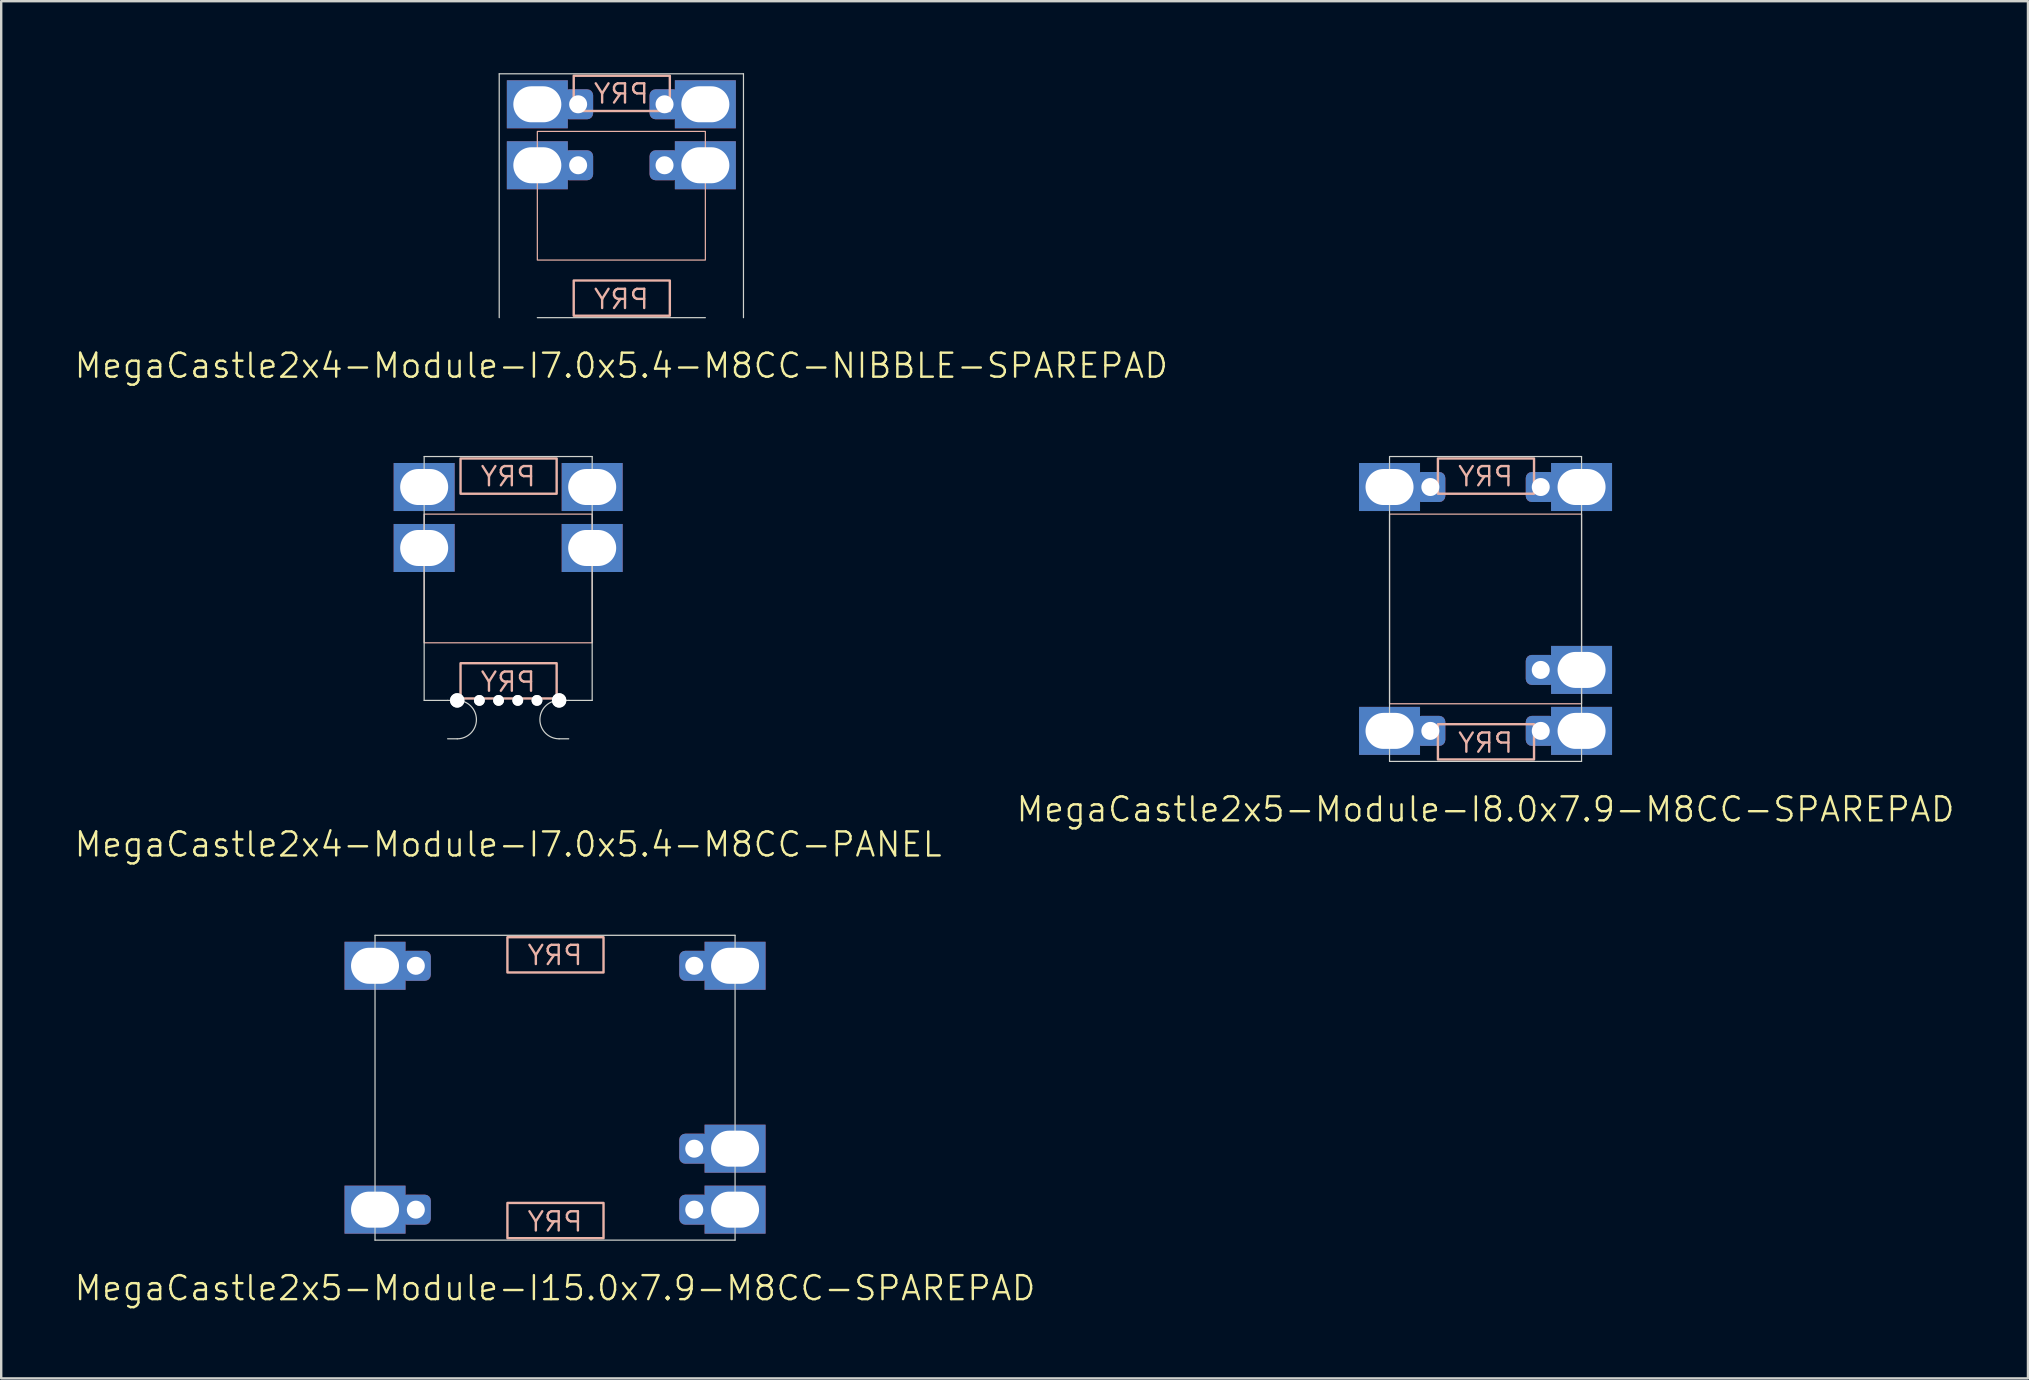
<source format=kicad_pcb>
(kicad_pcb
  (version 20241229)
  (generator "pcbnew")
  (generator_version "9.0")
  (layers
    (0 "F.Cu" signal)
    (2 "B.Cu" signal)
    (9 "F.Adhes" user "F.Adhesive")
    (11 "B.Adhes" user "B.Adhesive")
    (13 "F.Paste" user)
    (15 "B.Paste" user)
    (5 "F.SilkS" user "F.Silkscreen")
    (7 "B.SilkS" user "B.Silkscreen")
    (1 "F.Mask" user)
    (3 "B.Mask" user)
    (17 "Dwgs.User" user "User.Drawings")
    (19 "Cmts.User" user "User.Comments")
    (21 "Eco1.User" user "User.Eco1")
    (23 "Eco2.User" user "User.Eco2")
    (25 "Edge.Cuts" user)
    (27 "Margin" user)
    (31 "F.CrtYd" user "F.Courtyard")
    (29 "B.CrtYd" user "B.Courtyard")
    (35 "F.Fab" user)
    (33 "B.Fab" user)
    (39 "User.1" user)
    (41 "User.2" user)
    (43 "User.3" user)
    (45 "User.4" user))
  (footprint "MegaCastle2x4-Module-I7.0x5.4-M8CC-PANEL"
    (layer "F.Cu")
    (at 18.121 21.05)
    (property "Reference" "MegaCastle2x4-Module-I7.0x5.4-M8CC-PANEL" (at 0 11.08 0) (unlocked yes) (layer "F.SilkS") (effects (font (size 1 1) (thickness 0.1))))
    (attr smd)
    (fp_rect (start -3.5 2.68) (end 3.5 -2.68) (stroke (width 0.05) (type default)) (fill no) (layer "B.SilkS"))
    (fp_rect (start -1.984 -3.531) (end 2.02 -5) (stroke (width 0.1) (type default)) (fill no) (layer "B.SilkS"))
    (fp_rect (start -1.984 3.531) (end 2.02 5) (stroke (width 0.1) (type default)) (fill no) (layer "B.SilkS"))
    (fp_line (start -3.5 -5.08) (end -3.5 5.08) (stroke (width 0.05) (type default)) (layer "Edge.Cuts"))
    (fp_line (start -3.5 -5.08) (end 3.5 -5.08) (stroke (width 0.05) (type default)) (layer "Edge.Cuts"))
    (fp_line (start -3.5 5.08) (end -2.522 5.08) (stroke (width 0.05) (type default)) (layer "Edge.Cuts"))
    (fp_line (start -2.522 5.08) (end -2.123 5.08) (stroke (width 0.05) (type default)) (layer "Edge.Cuts"))
    (fp_line (start -2.522 6.68) (end -2.123 6.68) (stroke (width 0.05) (type default)) (layer "Edge.Cuts"))
    (fp_line (start 2.522 5.08) (end 2.123 5.08) (stroke (width 0.05) (type default)) (layer "Edge.Cuts"))
    (fp_line (start 2.522 5.08) (end 3.5 5.08) (stroke (width 0.05) (type default)) (layer "Edge.Cuts"))
    (fp_line (start 2.522 6.68) (end 2.123 6.68) (stroke (width 0.05) (type default)) (layer "Edge.Cuts"))
    (fp_line (start 3.5 -5.08) (end 3.5 5.08) (stroke (width 0.05) (type default)) (layer "Edge.Cuts"))
    (fp_arc (start -2.1225 5.08) (mid -1.3225 5.88) (end -2.1225 6.68) (stroke (width 0.05) (type default)) (layer "Edge.Cuts"))
    (fp_arc (start 2.1225 6.68) (mid 1.3225 5.88) (end 2.1225 5.08) (stroke (width 0.05) (type default)) (layer "Edge.Cuts"))
    (fp_text user "PRY" (at 0 -3.78 0) (unlocked yes) (layer "B.SilkS") (effects (font (size 0.8 0.8) (thickness 0.1)) (justify bottom mirror)))
    (fp_text user "PRY" (at 0 4.78 0) (unlocked yes) (layer "B.SilkS") (effects (font (size 0.8 0.8) (thickness 0.1)) (justify bottom mirror)))
    (pad "" np_thru_hole circle (at -2.123 5.08) (size 0.6 0.6) (drill 0.6) (layers "*.Cu" "Edge.Cuts"))
    (pad "" np_thru_hole circle (at -1.2 5.08) (size 0.45 0.45) (drill 0.45) (layers "*.Cu" "Edge.Cuts"))
    (pad "" np_thru_hole circle (at -0.4 5.08) (size 0.45 0.45) (drill 0.45) (layers "*.Cu" "Edge.Cuts"))
    (pad "" np_thru_hole circle (at 0.4 5.08) (size 0.45 0.45) (drill 0.45) (layers "*.Cu" "Edge.Cuts"))
    (pad "" np_thru_hole circle (at 1.2 5.08) (size 0.45 0.45) (drill 0.45) (layers "*.Cu" "Edge.Cuts"))
    (pad "" np_thru_hole circle (at 2.123 5.08) (size 0.6 0.6) (drill 0.6) (layers "*.Cu" "Edge.Cuts"))
    (pad "1" thru_hole rect (at -3.5 -3.81) (size 2.54 2) (drill oval 2 1.5) (property pad_prop_castellated) (layers "*.Cu" "*.Mask"))
    (pad "2" thru_hole rect (at -3.5 -1.27) (size 2.54 2) (drill oval 2 1.5) (property pad_prop_castellated) (layers "*.Cu" "*.Mask"))
    (pad "5" thru_hole rect (at 3.5 -3.81) (size 2.54 2) (drill oval 2 1.5) (property pad_prop_castellated) (layers "*.Cu" "*.Mask"))
    (pad "6" thru_hole rect (at 3.5 -1.27) (size 2.54 2) (drill oval 2 1.5) (property pad_prop_castellated) (layers "*.Cu" "*.Mask"))
    (zone (net_name "") (layer "B.Cu") (hatch edge 0.5) (connect_pads) (min_thickness 0.25) (filled_areas_thickness no) (keepout (tracks allowed) (vias allowed) (pads allowed) (copperpour allowed) (footprints not_allowed)) (placement (enabled no)) (fill) (polygon (pts (xy 14.621 26.131) (xy 14.621 15.97))))
    (zone (net_name "") (layer "B.Cu") (hatch edge 0.5) (connect_pads) (min_thickness 0.25) (filled_areas_thickness no) (keepout (tracks allowed) (vias allowed) (pads allowed) (copperpour allowed) (footprints not_allowed)) (placement (enabled no)) (fill) (polygon (pts (xy 21.621 26.131) (xy 21.621 15.97))))
    (zone (net_name "") (layer "B.Cu") (hatch edge 0.5) (connect_pads) (min_thickness 0.25) (filled_areas_thickness no) (keepout (tracks allowed) (vias allowed) (pads allowed) (copperpour allowed) (footprints not_allowed)) (placement (enabled no)) (fill) (polygon (pts (xy 14.621 15.97) (xy 14.621 18.37) (xy 21.621 18.37) (xy 21.621 15.97))))
    (zone (net_name "") (layer "B.Cu") (hatch edge 0.5) (connect_pads) (min_thickness 0.25) (filled_areas_thickness no) (keepout (tracks allowed) (vias allowed) (pads allowed) (copperpour allowed) (footprints not_allowed)) (placement (enabled no)) (fill) (polygon (pts (xy 14.621 26.131) (xy 14.621 23.73) (xy 21.621 23.73) (xy 21.621 26.131))))
    (zone (net_name "") (layer "B.Cu") (name "Upper Pry Zone") (hatch edge 0.5) (connect_pads) (min_thickness 0.25) (filled_areas_thickness no) (keepout (tracks not_allowed) (vias not_allowed) (pads not_allowed) (copperpour allowed) (footprints not_allowed)) (placement (enabled no)) (fill) (polygon (pts (xy 16.137 17.519) (xy 16.137 16.05) (xy 20.141 16.05) (xy 20.141 17.519))))
    (zone (net_name "") (layer "B.Cu") (name "Upper Pry Zone") (hatch edge 0.5) (connect_pads) (min_thickness 0.25) (filled_areas_thickness no) (keepout (tracks not_allowed) (vias not_allowed) (pads not_allowed) (copperpour allowed) (footprints not_allowed)) (placement (enabled no)) (fill) (polygon (pts (xy 16.137 24.582) (xy 16.137 26.05) (xy 20.141 26.05) (xy 20.141 24.582)))))
  (footprint "MegaCastle2x4-Module-I7.0x5.4-M8CC-NIBBLE-SPAREPAD"
    (layer "F.Cu")
    (at 22.836 5.105)
    (property "Reference" "MegaCastle2x4-Module-I7.0x5.4-M8CC-NIBBLE-SPAREPAD" (at 0 7.08 0) (unlocked yes) (layer "F.SilkS") (effects (font (size 1 1) (thickness 0.1))))
    (attr smd)
    (fp_rect (start -3.5 2.68) (end 3.5 -2.68) (stroke (width 0.05) (type default)) (fill no) (layer "B.SilkS"))
    (fp_rect (start -1.984 -3.531) (end 2.02 -5) (stroke (width 0.1) (type default)) (fill no) (layer "B.SilkS"))
    (fp_rect (start -1.984 3.531) (end 2.02 5) (stroke (width 0.1) (type default)) (fill no) (layer "B.SilkS"))
    (fp_line (start -5.088 -5.08) (end -5.088 5.08) (stroke (width 0.05) (type default)) (layer "Edge.Cuts"))
    (fp_line (start -5.088 -5.08) (end 5.088 -5.08) (stroke (width 0.05) (type default)) (layer "Edge.Cuts"))
    (fp_line (start -3.5 5.08) (end 3.5 5.08) (stroke (width 0.05) (type default)) (layer "Edge.Cuts"))
    (fp_line (start 5.088 -5.08) (end 5.088 5.08) (stroke (width 0.05) (type default)) (layer "Edge.Cuts"))
    (fp_text user "PRY" (at 0 -3.78 0) (unlocked yes) (layer "B.SilkS") (effects (font (size 0.8 0.8) (thickness 0.1)) (justify bottom mirror)))
    (fp_text user "PRY" (at 0 4.78 0) (unlocked yes) (layer "B.SilkS") (effects (font (size 0.8 0.8) (thickness 0.1)) (justify bottom mirror)))
    (pad "1" thru_hole rect (at -3.5 -3.81) (size 2.54 2) (drill oval 2 1.5) (property pad_prop_castellated) (layers "*.Cu" "*.Mask"))
    (pad "1" thru_hole roundrect (at -1.8 -3.81 180) (size 1.25 1.25) (drill 0.75) (layers "*.Cu" "*.Mask") (roundrect_rratio 0.2))
    (pad "2" thru_hole rect (at -3.5 -1.27) (size 2.54 2) (drill oval 2 1.5) (property pad_prop_castellated) (layers "*.Cu" "*.Mask"))
    (pad "2" thru_hole roundrect (at -1.8 -1.27 180) (size 1.25 1.25) (drill 0.75) (layers "*.Cu" "*.Mask") (roundrect_rratio 0.2))
    (pad "5" thru_hole roundrect (at 1.8 -3.81 180) (size 1.25 1.25) (drill 0.75) (layers "*.Cu" "*.Mask") (roundrect_rratio 0.2))
    (pad "5" thru_hole rect (at 3.5 -3.81) (size 2.54 2) (drill oval 2 1.5) (property pad_prop_castellated) (layers "*.Cu" "*.Mask"))
    (pad "6" thru_hole roundrect (at 1.8 -1.27 180) (size 1.25 1.25) (drill 0.75) (layers "*.Cu" "*.Mask") (roundrect_rratio 0.2))
    (pad "6" thru_hole rect (at 3.5 -1.27) (size 2.54 2) (drill oval 2 1.5) (property pad_prop_castellated) (layers "*.Cu" "*.Mask"))
    (zone (net_name "") (layer "B.Cu") (hatch edge 0.5) (connect_pads) (min_thickness 0.25) (filled_areas_thickness no) (keepout (tracks allowed) (vias allowed) (pads allowed) (copperpour allowed) (footprints not_allowed)) (placement (enabled no)) (fill) (polygon (pts (xy 19.336 10.185) (xy 19.336 0.025))))
    (zone (net_name "") (layer "B.Cu") (hatch edge 0.5) (connect_pads) (min_thickness 0.25) (filled_areas_thickness no) (keepout (tracks allowed) (vias allowed) (pads allowed) (copperpour allowed) (footprints not_allowed)) (placement (enabled no)) (fill) (polygon (pts (xy 26.336 10.185) (xy 26.336 0.025))))
    (zone (net_name "") (layer "B.Cu") (hatch edge 0.5) (connect_pads) (min_thickness 0.25) (filled_areas_thickness no) (keepout (tracks allowed) (vias allowed) (pads allowed) (copperpour allowed) (footprints not_allowed)) (placement (enabled no)) (fill) (polygon (pts (xy 19.336 0.025) (xy 19.336 2.425) (xy 26.336 2.425) (xy 26.336 0.025))))
    (zone (net_name "") (layer "B.Cu") (hatch edge 0.5) (connect_pads) (min_thickness 0.25) (filled_areas_thickness no) (keepout (tracks allowed) (vias allowed) (pads allowed) (copperpour allowed) (footprints not_allowed)) (placement (enabled no)) (fill) (polygon (pts (xy 19.336 10.185) (xy 19.336 7.785) (xy 26.336 7.785) (xy 26.336 10.185))))
    (zone (net_name "") (layer "B.Cu") (name "Upper Pry Zone") (hatch edge 0.5) (connect_pads) (min_thickness 0.25) (filled_areas_thickness no) (keepout (tracks not_allowed) (vias not_allowed) (pads not_allowed) (copperpour allowed) (footprints not_allowed)) (placement (enabled no)) (fill) (polygon (pts (xy 20.851 1.574) (xy 20.851 0.105) (xy 24.855 0.105) (xy 24.855 1.574))))
    (zone (net_name "") (layer "B.Cu") (name "Upper Pry Zone") (hatch edge 0.5) (connect_pads) (min_thickness 0.25) (filled_areas_thickness no) (keepout (tracks not_allowed) (vias not_allowed) (pads not_allowed) (copperpour allowed) (footprints not_allowed)) (placement (enabled no)) (fill) (polygon (pts (xy 20.851 8.636) (xy 20.851 10.105) (xy 24.855 10.105) (xy 24.855 8.636)))))
  (footprint "MegaCastle2x5-Module-I8.0x7.9-M8CC-SPAREPAD"
    (layer "F.Cu")
    (at 58.84 22.32)
    (property "Reference" "MegaCastle2x5-Module-I8.0x7.9-M8CC-SPAREPAD" (at 0 8.35 0) (unlocked yes) (layer "F.SilkS") (effects (font (size 1 1) (thickness 0.1))))
    (attr smd)
    (fp_rect (start -4 3.95) (end 4 -3.95) (stroke (width 0.05) (type default)) (fill no) (layer "B.SilkS"))
    (fp_rect (start -1.984 -4.801) (end 2.02 -6.27) (stroke (width 0.1) (type default)) (fill no) (layer "B.SilkS"))
    (fp_rect (start -1.984 4.801) (end 2.02 6.27) (stroke (width 0.1) (type default)) (fill no) (layer "B.SilkS"))
    (fp_line (start -4 -6.35) (end -4 6.35) (stroke (width 0.05) (type default)) (layer "Edge.Cuts"))
    (fp_line (start -4 -6.35) (end 4 -6.35) (stroke (width 0.05) (type default)) (layer "Edge.Cuts"))
    (fp_line (start -4 6.35) (end 4 6.35) (stroke (width 0.05) (type default)) (layer "Edge.Cuts"))
    (fp_line (start 4 -6.35) (end 4 6.35) (stroke (width 0.05) (type default)) (layer "Edge.Cuts"))
    (fp_text user "PRY" (at 0 -5.05 0) (unlocked yes) (layer "B.SilkS") (effects (font (size 0.8 0.8) (thickness 0.1)) (justify bottom mirror)))
    (fp_text user "PRY" (at 0 6.05 0) (unlocked yes) (layer "B.SilkS") (effects (font (size 0.8 0.8) (thickness 0.1)) (justify bottom mirror)))
    (pad "1" thru_hole rect (at -4 -5.08) (size 2.54 2) (drill oval 2 1.5) (property pad_prop_castellated) (layers "*.Cu" "*.Mask"))
    (pad "1" thru_hole roundrect (at -2.3 -5.08 180) (size 1.25 1.25) (drill 0.75) (layers "*.Cu" "*.Mask") (roundrect_rratio 0.2))
    (pad "5" thru_hole rect (at -4 5.08) (size 2.54 2) (drill oval 2 1.5) (property pad_prop_castellated) (layers "*.Cu" "*.Mask"))
    (pad "5" thru_hole roundrect (at -2.3 5.08 180) (size 1.25 1.25) (drill 0.75) (layers "*.Cu" "*.Mask") (roundrect_rratio 0.2))
    (pad "6" thru_hole roundrect (at 2.3 -5.08 180) (size 1.25 1.25) (drill 0.75) (layers "*.Cu" "*.Mask") (roundrect_rratio 0.2))
    (pad "6" thru_hole rect (at 4 -5.08) (size 2.54 2) (drill oval 2 1.5) (property pad_prop_castellated) (layers "*.Cu" "*.Mask"))
    (pad "9" thru_hole roundrect (at 2.3 2.54 180) (size 1.25 1.25) (drill 0.75) (layers "*.Cu" "*.Mask") (roundrect_rratio 0.2))
    (pad "9" thru_hole rect (at 4 2.54) (size 2.54 2) (drill oval 2 1.5) (property pad_prop_castellated) (layers "*.Cu" "*.Mask"))
    (pad "10" thru_hole roundrect (at 2.3 5.08 180) (size 1.25 1.25) (drill 0.75) (layers "*.Cu" "*.Mask") (roundrect_rratio 0.2))
    (pad "10" thru_hole rect (at 4 5.08) (size 2.54 2) (drill oval 2 1.5) (property pad_prop_castellated) (layers "*.Cu" "*.Mask"))
    (zone (net_name "") (layer "B.Cu") (hatch edge 0.5) (connect_pads) (min_thickness 0.25) (filled_areas_thickness no) (keepout (tracks allowed) (vias allowed) (pads allowed) (copperpour allowed) (footprints not_allowed)) (placement (enabled no)) (fill) (polygon (pts (xy 54.84 28.671) (xy 54.84 15.97))))
    (zone (net_name "") (layer "B.Cu") (hatch edge 0.5) (connect_pads) (min_thickness 0.25) (filled_areas_thickness no) (keepout (tracks allowed) (vias allowed) (pads allowed) (copperpour allowed) (footprints not_allowed)) (placement (enabled no)) (fill) (polygon (pts (xy 62.84 28.671) (xy 62.84 15.97))))
    (zone (net_name "") (layer "B.Cu") (hatch edge 0.5) (connect_pads) (min_thickness 0.25) (filled_areas_thickness no) (keepout (tracks allowed) (vias allowed) (pads allowed) (copperpour allowed) (footprints not_allowed)) (placement (enabled no)) (fill) (polygon (pts (xy 54.84 15.97) (xy 54.84 18.37) (xy 62.84 18.37) (xy 62.84 15.97))))
    (zone (net_name "") (layer "B.Cu") (hatch edge 0.5) (connect_pads) (min_thickness 0.25) (filled_areas_thickness no) (keepout (tracks allowed) (vias allowed) (pads allowed) (copperpour allowed) (footprints not_allowed)) (placement (enabled no)) (fill) (polygon (pts (xy 54.84 28.671) (xy 54.84 26.27) (xy 62.84 26.27) (xy 62.84 28.671))))
    (zone (net_name "") (layer "B.Cu") (name "Upper Pry Zone") (hatch edge 0.5) (connect_pads) (min_thickness 0.25) (filled_areas_thickness no) (keepout (tracks not_allowed) (vias not_allowed) (pads not_allowed) (copperpour allowed) (footprints not_allowed)) (placement (enabled no)) (fill) (polygon (pts (xy 56.856 17.519) (xy 56.856 16.05) (xy 60.86 16.05) (xy 60.86 17.519))))
    (zone (net_name "") (layer "B.Cu") (name "Upper Pry Zone") (hatch edge 0.5) (connect_pads) (min_thickness 0.25) (filled_areas_thickness no) (keepout (tracks not_allowed) (vias not_allowed) (pads not_allowed) (copperpour allowed) (footprints not_allowed)) (placement (enabled no)) (fill) (polygon (pts (xy 56.856 27.122) (xy 56.856 28.59) (xy 60.86 28.59) (xy 60.86 27.122)))))
  (footprint "MegaCastle2x5-Module-I15.0x7.9-M8CC-SPAREPAD"
    (layer "F.Cu")
    (at 20.074 42.266)
    (property "Reference" "MegaCastle2x5-Module-I15.0x7.9-M8CC-SPAREPAD" (at 0 8.35 0) (unlocked yes) (layer "F.SilkS") (effects (font (size 1 1) (thickness 0.1))))
    (attr smd)
    (fp_rect (start -1.984 -4.801) (end 2.02 -6.27) (stroke (width 0.1) (type default)) (fill no) (layer "B.SilkS"))
    (fp_rect (start -1.984 4.801) (end 2.02 6.27) (stroke (width 0.1) (type default)) (fill no) (layer "B.SilkS"))
    (fp_line (start -7.5 -6.35) (end -7.5 6.35) (stroke (width 0.05) (type default)) (layer "Edge.Cuts"))
    (fp_line (start -7.5 -6.35) (end 7.5 -6.35) (stroke (width 0.05) (type default)) (layer "Edge.Cuts"))
    (fp_line (start -7.5 6.35) (end 7.5 6.35) (stroke (width 0.05) (type default)) (layer "Edge.Cuts"))
    (fp_line (start 7.5 -6.35) (end 7.5 6.35) (stroke (width 0.05) (type default)) (layer "Edge.Cuts"))
    (fp_text user "PRY" (at 0 -5.05 0) (unlocked yes) (layer "B.SilkS") (effects (font (size 0.8 0.8) (thickness 0.1)) (justify bottom mirror)))
    (fp_text user "PRY" (at 0 6.05 0) (unlocked yes) (layer "B.SilkS") (effects (font (size 0.8 0.8) (thickness 0.1)) (justify bottom mirror)))
    (pad "1" thru_hole rect (at -7.5 -5.08) (size 2.54 2) (drill oval 2 1.5) (property pad_prop_castellated) (layers "*.Cu" "*.Mask"))
    (pad "1" thru_hole roundrect (at -5.8 -5.08 180) (size 1.25 1.25) (drill 0.75) (layers "*.Cu" "*.Mask") (roundrect_rratio 0.2))
    (pad "5" thru_hole rect (at -7.5 5.08) (size 2.54 2) (drill oval 2 1.5) (property pad_prop_castellated) (layers "*.Cu" "*.Mask"))
    (pad "5" thru_hole roundrect (at -5.8 5.08 180) (size 1.25 1.25) (drill 0.75) (layers "*.Cu" "*.Mask") (roundrect_rratio 0.2))
    (pad "6" thru_hole roundrect (at 5.8 -5.08 180) (size 1.25 1.25) (drill 0.75) (layers "*.Cu" "*.Mask") (roundrect_rratio 0.2))
    (pad "6" thru_hole rect (at 7.5 -5.08) (size 2.54 2) (drill oval 2 1.5) (property pad_prop_castellated) (layers "*.Cu" "*.Mask"))
    (pad "9" thru_hole roundrect (at 5.8 2.54 180) (size 1.25 1.25) (drill 0.75) (layers "*.Cu" "*.Mask") (roundrect_rratio 0.2))
    (pad "9" thru_hole rect (at 7.5 2.54) (size 2.54 2) (drill oval 2 1.5) (property pad_prop_castellated) (layers "*.Cu" "*.Mask"))
    (pad "10" thru_hole roundrect (at 5.8 5.08 180) (size 1.25 1.25) (drill 0.75) (layers "*.Cu" "*.Mask") (roundrect_rratio 0.2))
    (pad "10" thru_hole rect (at 7.5 5.08) (size 2.54 2) (drill oval 2 1.5) (property pad_prop_castellated) (layers "*.Cu" "*.Mask"))
    (zone (net_name "") (layer "B.Cu") (hatch edge 0.5) (connect_pads) (min_thickness 0.25) (filled_areas_thickness no) (keepout (tracks allowed) (vias allowed) (pads allowed) (copperpour allowed) (footprints not_allowed)) (placement (enabled no)) (fill) (polygon (pts (xy 12.574 35.916) (xy 12.574 38.316) (xy 27.574 38.316) (xy 27.574 35.916))))
    (zone (net_name "") (layer "B.Cu") (hatch edge 0.5) (connect_pads) (min_thickness 0.25) (filled_areas_thickness no) (keepout (tracks allowed) (vias allowed) (pads allowed) (copperpour allowed) (footprints not_allowed)) (placement (enabled no)) (fill) (polygon (pts (xy 12.574 48.616) (xy 12.574 46.216) (xy 27.574 46.216) (xy 27.574 48.616))))
    (zone (net_name "") (layer "B.Cu") (name "Upper Pry Zone") (hatch edge 0.5) (connect_pads) (min_thickness 0.25) (filled_areas_thickness no) (keepout (tracks not_allowed) (vias not_allowed) (pads not_allowed) (copperpour allowed) (footprints not_allowed)) (placement (enabled no)) (fill) (polygon (pts (xy 18.09 37.465) (xy 18.09 35.996) (xy 22.093 35.996) (xy 22.093 37.465))))
    (zone (net_name "") (layer "B.Cu") (name "Upper Pry Zone") (hatch edge 0.5) (connect_pads) (min_thickness 0.25) (filled_areas_thickness no) (keepout (tracks not_allowed) (vias not_allowed) (pads not_allowed) (copperpour allowed) (footprints not_allowed)) (placement (enabled no)) (fill) (polygon (pts (xy 18.09 47.067) (xy 18.09 48.536) (xy 22.093 48.536) (xy 22.093 47.067)))))
  (gr_rect
    (start -3 -3)
    (end 81.438 54.377)
    (stroke (width 0.1) (type default))
    (fill no)
    (layer "Edge.Cuts")))
</source>
